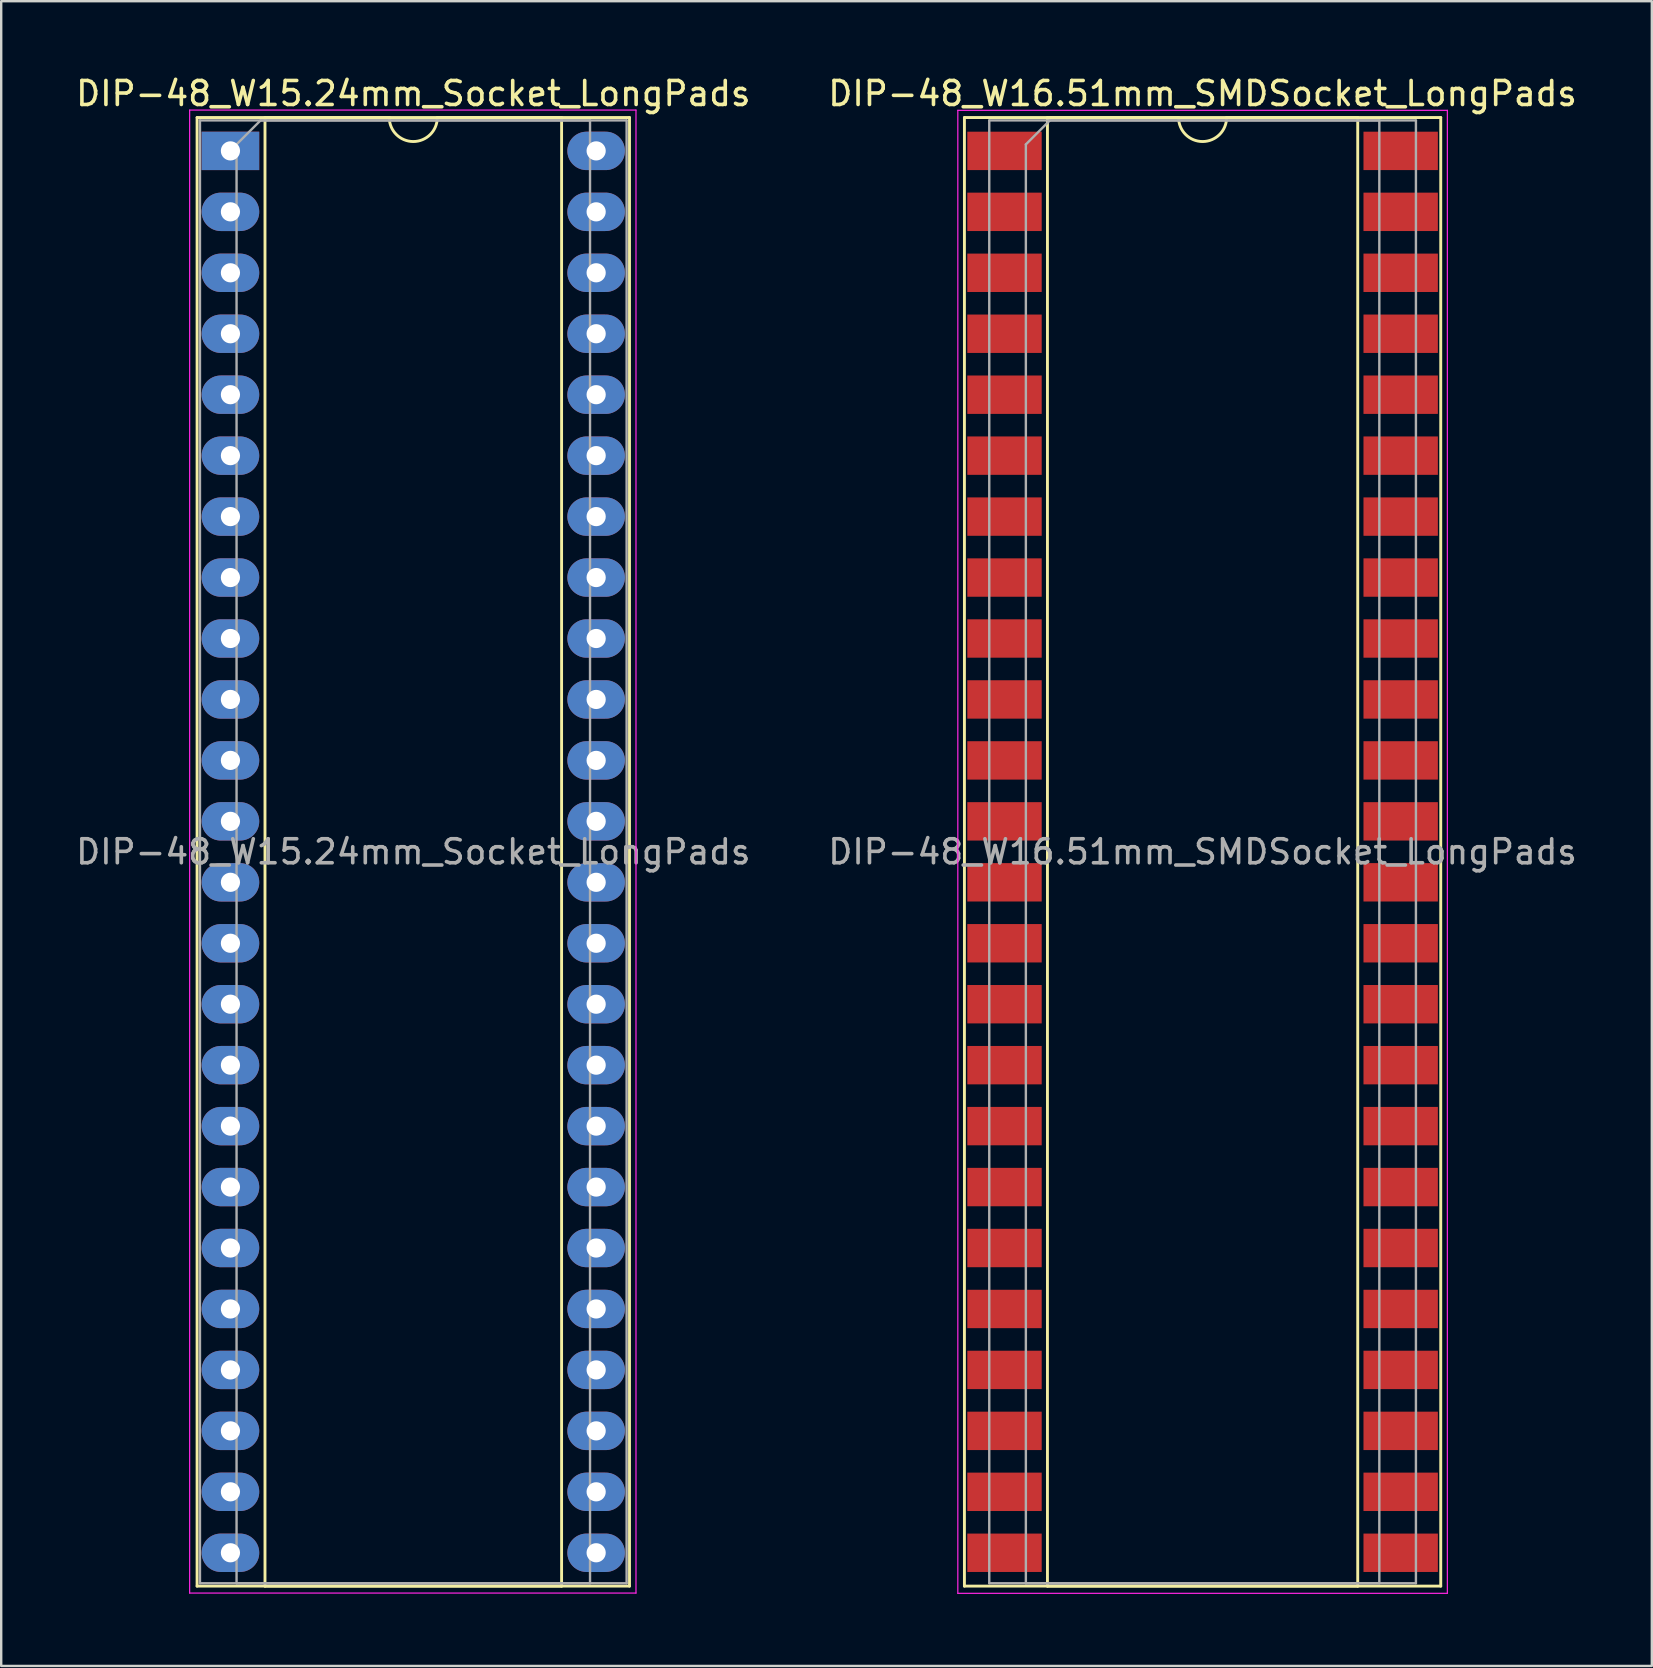
<source format=kicad_pcb>
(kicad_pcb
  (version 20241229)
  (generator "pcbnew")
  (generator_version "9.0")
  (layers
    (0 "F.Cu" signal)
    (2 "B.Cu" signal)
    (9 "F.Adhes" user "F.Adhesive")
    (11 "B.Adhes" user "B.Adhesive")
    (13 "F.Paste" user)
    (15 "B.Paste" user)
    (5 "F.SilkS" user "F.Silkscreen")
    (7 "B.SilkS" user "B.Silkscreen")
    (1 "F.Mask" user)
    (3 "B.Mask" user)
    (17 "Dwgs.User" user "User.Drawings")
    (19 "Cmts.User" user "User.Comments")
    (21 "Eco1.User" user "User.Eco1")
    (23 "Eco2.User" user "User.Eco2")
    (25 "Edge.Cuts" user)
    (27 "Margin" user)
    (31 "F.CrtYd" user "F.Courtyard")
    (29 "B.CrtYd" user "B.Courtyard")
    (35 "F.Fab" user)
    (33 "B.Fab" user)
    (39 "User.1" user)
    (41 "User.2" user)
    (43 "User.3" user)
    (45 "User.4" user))
  (footprint "DIP-48_W16.51mm_SMDSocket_LongPads"
    (layer "F.Cu")
    (at 47.065 32.448)
    (property "Reference" "DIP-48_W16.51mm_SMDSocket_LongPads" (at 0 -31.6 0) (layer "F.SilkS") (effects (font (size 1 1) (thickness 0.15))))
    (attr smd)
    (fp_line (start -9.925 -30.6) (end -9.925 30.6) (stroke (width 0.12) (type solid)) (layer "F.SilkS"))
    (fp_line (start -9.925 30.6) (end 9.925 30.6) (stroke (width 0.12) (type solid)) (layer "F.SilkS"))
    (fp_line (start -6.465 -30.6) (end -6.465 30.6) (stroke (width 0.12) (type solid)) (layer "F.SilkS"))
    (fp_line (start -6.465 30.6) (end 6.465 30.6) (stroke (width 0.12) (type solid)) (layer "F.SilkS"))
    (fp_line (start -1 -30.6) (end -6.465 -30.6) (stroke (width 0.12) (type solid)) (layer "F.SilkS"))
    (fp_line (start 6.465 -30.6) (end 1 -30.6) (stroke (width 0.12) (type solid)) (layer "F.SilkS"))
    (fp_line (start 6.465 30.6) (end 6.465 -30.6) (stroke (width 0.12) (type solid)) (layer "F.SilkS"))
    (fp_line (start 9.925 -30.6) (end -9.925 -30.6) (stroke (width 0.12) (type solid)) (layer "F.SilkS"))
    (fp_line (start 9.925 30.6) (end 9.925 -30.6) (stroke (width 0.12) (type solid)) (layer "F.SilkS"))
    (fp_arc (start 1 -30.6) (mid 0 -29.6) (end -1 -30.6) (stroke (width 0.12) (type solid)) (layer "F.SilkS"))
    (fp_line (start -10.2 -30.9) (end -10.2 30.9) (stroke (width 0.05) (type solid)) (layer "F.CrtYd"))
    (fp_line (start -10.2 30.9) (end 10.2 30.9) (stroke (width 0.05) (type solid)) (layer "F.CrtYd"))
    (fp_line (start 10.2 -30.9) (end -10.2 -30.9) (stroke (width 0.05) (type solid)) (layer "F.CrtYd"))
    (fp_line (start 10.2 30.9) (end 10.2 -30.9) (stroke (width 0.05) (type solid)) (layer "F.CrtYd"))
    (fp_line (start -8.89 -30.48) (end -8.89 30.48) (stroke (width 0.1) (type solid)) (layer "F.Fab"))
    (fp_line (start -8.89 30.48) (end 8.89 30.48) (stroke (width 0.1) (type solid)) (layer "F.Fab"))
    (fp_line (start -7.365 -29.48) (end -6.365 -30.48) (stroke (width 0.1) (type solid)) (layer "F.Fab"))
    (fp_line (start -7.365 30.48) (end -7.365 -29.48) (stroke (width 0.1) (type solid)) (layer "F.Fab"))
    (fp_line (start -6.365 -30.48) (end 7.365 -30.48) (stroke (width 0.1) (type solid)) (layer "F.Fab"))
    (fp_line (start 7.365 -30.48) (end 7.365 30.48) (stroke (width 0.1) (type solid)) (layer "F.Fab"))
    (fp_line (start 7.365 30.48) (end -7.365 30.48) (stroke (width 0.1) (type solid)) (layer "F.Fab"))
    (fp_line (start 8.89 -30.48) (end -8.89 -30.48) (stroke (width 0.1) (type solid)) (layer "F.Fab"))
    (fp_line (start 8.89 30.48) (end 8.89 -30.48) (stroke (width 0.1) (type solid)) (layer "F.Fab"))
    (fp_text user "${REFERENCE}" (at 0 0 0) (layer "F.Fab") (effects (font (size 1 1) (thickness 0.15))))
    (pad "1" smd rect (at -8.255 -29.21) (size 3.1 1.6) (layers "F.Cu" "F.Mask" "F.Paste"))
    (pad "2" smd rect (at -8.255 -26.67) (size 3.1 1.6) (layers "F.Cu" "F.Mask" "F.Paste"))
    (pad "3" smd rect (at -8.255 -24.13) (size 3.1 1.6) (layers "F.Cu" "F.Mask" "F.Paste"))
    (pad "4" smd rect (at -8.255 -21.59) (size 3.1 1.6) (layers "F.Cu" "F.Mask" "F.Paste"))
    (pad "5" smd rect (at -8.255 -19.05) (size 3.1 1.6) (layers "F.Cu" "F.Mask" "F.Paste"))
    (pad "6" smd rect (at -8.255 -16.51) (size 3.1 1.6) (layers "F.Cu" "F.Mask" "F.Paste"))
    (pad "7" smd rect (at -8.255 -13.97) (size 3.1 1.6) (layers "F.Cu" "F.Mask" "F.Paste"))
    (pad "8" smd rect (at -8.255 -11.43) (size 3.1 1.6) (layers "F.Cu" "F.Mask" "F.Paste"))
    (pad "9" smd rect (at -8.255 -8.89) (size 3.1 1.6) (layers "F.Cu" "F.Mask" "F.Paste"))
    (pad "10" smd rect (at -8.255 -6.35) (size 3.1 1.6) (layers "F.Cu" "F.Mask" "F.Paste"))
    (pad "11" smd rect (at -8.255 -3.81) (size 3.1 1.6) (layers "F.Cu" "F.Mask" "F.Paste"))
    (pad "12" smd rect (at -8.255 -1.27) (size 3.1 1.6) (layers "F.Cu" "F.Mask" "F.Paste"))
    (pad "13" smd rect (at -8.255 1.27) (size 3.1 1.6) (layers "F.Cu" "F.Mask" "F.Paste"))
    (pad "14" smd rect (at -8.255 3.81) (size 3.1 1.6) (layers "F.Cu" "F.Mask" "F.Paste"))
    (pad "15" smd rect (at -8.255 6.35) (size 3.1 1.6) (layers "F.Cu" "F.Mask" "F.Paste"))
    (pad "16" smd rect (at -8.255 8.89) (size 3.1 1.6) (layers "F.Cu" "F.Mask" "F.Paste"))
    (pad "17" smd rect (at -8.255 11.43) (size 3.1 1.6) (layers "F.Cu" "F.Mask" "F.Paste"))
    (pad "18" smd rect (at -8.255 13.97) (size 3.1 1.6) (layers "F.Cu" "F.Mask" "F.Paste"))
    (pad "19" smd rect (at -8.255 16.51) (size 3.1 1.6) (layers "F.Cu" "F.Mask" "F.Paste"))
    (pad "20" smd rect (at -8.255 19.05) (size 3.1 1.6) (layers "F.Cu" "F.Mask" "F.Paste"))
    (pad "21" smd rect (at -8.255 21.59) (size 3.1 1.6) (layers "F.Cu" "F.Mask" "F.Paste"))
    (pad "22" smd rect (at -8.255 24.13) (size 3.1 1.6) (layers "F.Cu" "F.Mask" "F.Paste"))
    (pad "23" smd rect (at -8.255 26.67) (size 3.1 1.6) (layers "F.Cu" "F.Mask" "F.Paste"))
    (pad "24" smd rect (at -8.255 29.21) (size 3.1 1.6) (layers "F.Cu" "F.Mask" "F.Paste"))
    (pad "25" smd rect (at 8.255 29.21) (size 3.1 1.6) (layers "F.Cu" "F.Mask" "F.Paste"))
    (pad "26" smd rect (at 8.255 26.67) (size 3.1 1.6) (layers "F.Cu" "F.Mask" "F.Paste"))
    (pad "27" smd rect (at 8.255 24.13) (size 3.1 1.6) (layers "F.Cu" "F.Mask" "F.Paste"))
    (pad "28" smd rect (at 8.255 21.59) (size 3.1 1.6) (layers "F.Cu" "F.Mask" "F.Paste"))
    (pad "29" smd rect (at 8.255 19.05) (size 3.1 1.6) (layers "F.Cu" "F.Mask" "F.Paste"))
    (pad "30" smd rect (at 8.255 16.51) (size 3.1 1.6) (layers "F.Cu" "F.Mask" "F.Paste"))
    (pad "31" smd rect (at 8.255 13.97) (size 3.1 1.6) (layers "F.Cu" "F.Mask" "F.Paste"))
    (pad "32" smd rect (at 8.255 11.43) (size 3.1 1.6) (layers "F.Cu" "F.Mask" "F.Paste"))
    (pad "33" smd rect (at 8.255 8.89) (size 3.1 1.6) (layers "F.Cu" "F.Mask" "F.Paste"))
    (pad "34" smd rect (at 8.255 6.35) (size 3.1 1.6) (layers "F.Cu" "F.Mask" "F.Paste"))
    (pad "35" smd rect (at 8.255 3.81) (size 3.1 1.6) (layers "F.Cu" "F.Mask" "F.Paste"))
    (pad "36" smd rect (at 8.255 1.27) (size 3.1 1.6) (layers "F.Cu" "F.Mask" "F.Paste"))
    (pad "37" smd rect (at 8.255 -1.27) (size 3.1 1.6) (layers "F.Cu" "F.Mask" "F.Paste"))
    (pad "38" smd rect (at 8.255 -3.81) (size 3.1 1.6) (layers "F.Cu" "F.Mask" "F.Paste"))
    (pad "39" smd rect (at 8.255 -6.35) (size 3.1 1.6) (layers "F.Cu" "F.Mask" "F.Paste"))
    (pad "40" smd rect (at 8.255 -8.89) (size 3.1 1.6) (layers "F.Cu" "F.Mask" "F.Paste"))
    (pad "41" smd rect (at 8.255 -11.43) (size 3.1 1.6) (layers "F.Cu" "F.Mask" "F.Paste"))
    (pad "42" smd rect (at 8.255 -13.97) (size 3.1 1.6) (layers "F.Cu" "F.Mask" "F.Paste"))
    (pad "43" smd rect (at 8.255 -16.51) (size 3.1 1.6) (layers "F.Cu" "F.Mask" "F.Paste"))
    (pad "44" smd rect (at 8.255 -19.05) (size 3.1 1.6) (layers "F.Cu" "F.Mask" "F.Paste"))
    (pad "45" smd rect (at 8.255 -21.59) (size 3.1 1.6) (layers "F.Cu" "F.Mask" "F.Paste"))
    (pad "46" smd rect (at 8.255 -24.13) (size 3.1 1.6) (layers "F.Cu" "F.Mask" "F.Paste"))
    (pad "47" smd rect (at 8.255 -26.67) (size 3.1 1.6) (layers "F.Cu" "F.Mask" "F.Paste"))
    (pad "48" smd rect (at 8.255 -29.21) (size 3.1 1.6) (layers "F.Cu" "F.Mask" "F.Paste")))
  (footprint "DIP-48_W15.24mm_Socket_LongPads"
    (layer "F.Cu")
    (at 6.553 3.238)
    (property "Reference" "DIP-48_W15.24mm_Socket_LongPads" (at 7.62 -2.39 0) (layer "F.SilkS") (effects (font (size 1 1) (thickness 0.15))))
    (attr through_hole)
    (fp_line (start -1.39 -1.39) (end -1.39 59.81) (stroke (width 0.12) (type solid)) (layer "F.SilkS"))
    (fp_line (start -1.39 59.81) (end 16.63 59.81) (stroke (width 0.12) (type solid)) (layer "F.SilkS"))
    (fp_line (start 1.44 -1.39) (end 1.44 59.81) (stroke (width 0.12) (type solid)) (layer "F.SilkS"))
    (fp_line (start 1.44 59.81) (end 13.8 59.81) (stroke (width 0.12) (type solid)) (layer "F.SilkS"))
    (fp_line (start 6.62 -1.39) (end 1.44 -1.39) (stroke (width 0.12) (type solid)) (layer "F.SilkS"))
    (fp_line (start 13.8 -1.39) (end 8.62 -1.39) (stroke (width 0.12) (type solid)) (layer "F.SilkS"))
    (fp_line (start 13.8 59.81) (end 13.8 -1.39) (stroke (width 0.12) (type solid)) (layer "F.SilkS"))
    (fp_line (start 16.63 -1.39) (end -1.39 -1.39) (stroke (width 0.12) (type solid)) (layer "F.SilkS"))
    (fp_line (start 16.63 59.81) (end 16.63 -1.39) (stroke (width 0.12) (type solid)) (layer "F.SilkS"))
    (fp_arc (start 8.62 -1.39) (mid 7.62 -0.39) (end 6.62 -1.39) (stroke (width 0.12) (type solid)) (layer "F.SilkS"))
    (fp_line (start -1.7 -1.7) (end -1.7 60.1) (stroke (width 0.05) (type solid)) (layer "F.CrtYd"))
    (fp_line (start -1.7 60.1) (end 16.9 60.1) (stroke (width 0.05) (type solid)) (layer "F.CrtYd"))
    (fp_line (start 16.9 -1.7) (end -1.7 -1.7) (stroke (width 0.05) (type solid)) (layer "F.CrtYd"))
    (fp_line (start 16.9 60.1) (end 16.9 -1.7) (stroke (width 0.05) (type solid)) (layer "F.CrtYd"))
    (fp_line (start -1.27 -1.27) (end -1.27 59.69) (stroke (width 0.1) (type solid)) (layer "F.Fab"))
    (fp_line (start -1.27 59.69) (end 16.51 59.69) (stroke (width 0.1) (type solid)) (layer "F.Fab"))
    (fp_line (start 0.255 -0.27) (end 1.255 -1.27) (stroke (width 0.1) (type solid)) (layer "F.Fab"))
    (fp_line (start 0.255 59.69) (end 0.255 -0.27) (stroke (width 0.1) (type solid)) (layer "F.Fab"))
    (fp_line (start 1.255 -1.27) (end 14.985 -1.27) (stroke (width 0.1) (type solid)) (layer "F.Fab"))
    (fp_line (start 14.985 -1.27) (end 14.985 59.69) (stroke (width 0.1) (type solid)) (layer "F.Fab"))
    (fp_line (start 14.985 59.69) (end 0.255 59.69) (stroke (width 0.1) (type solid)) (layer "F.Fab"))
    (fp_line (start 16.51 -1.27) (end -1.27 -1.27) (stroke (width 0.1) (type solid)) (layer "F.Fab"))
    (fp_line (start 16.51 59.69) (end 16.51 -1.27) (stroke (width 0.1) (type solid)) (layer "F.Fab"))
    (fp_text user "${REFERENCE}" (at 7.62 29.21 0) (layer "F.Fab") (effects (font (size 1 1) (thickness 0.15))))
    (pad "1" thru_hole rect (at 0 0) (size 2.4 1.6) (drill 0.8) (layers "*.Cu" "*.Mask"))
    (pad "2" thru_hole oval (at 0 2.54) (size 2.4 1.6) (drill 0.8) (layers "*.Cu" "*.Mask"))
    (pad "3" thru_hole oval (at 0 5.08) (size 2.4 1.6) (drill 0.8) (layers "*.Cu" "*.Mask"))
    (pad "4" thru_hole oval (at 0 7.62) (size 2.4 1.6) (drill 0.8) (layers "*.Cu" "*.Mask"))
    (pad "5" thru_hole oval (at 0 10.16) (size 2.4 1.6) (drill 0.8) (layers "*.Cu" "*.Mask"))
    (pad "6" thru_hole oval (at 0 12.7) (size 2.4 1.6) (drill 0.8) (layers "*.Cu" "*.Mask"))
    (pad "7" thru_hole oval (at 0 15.24) (size 2.4 1.6) (drill 0.8) (layers "*.Cu" "*.Mask"))
    (pad "8" thru_hole oval (at 0 17.78) (size 2.4 1.6) (drill 0.8) (layers "*.Cu" "*.Mask"))
    (pad "9" thru_hole oval (at 0 20.32) (size 2.4 1.6) (drill 0.8) (layers "*.Cu" "*.Mask"))
    (pad "10" thru_hole oval (at 0 22.86) (size 2.4 1.6) (drill 0.8) (layers "*.Cu" "*.Mask"))
    (pad "11" thru_hole oval (at 0 25.4) (size 2.4 1.6) (drill 0.8) (layers "*.Cu" "*.Mask"))
    (pad "12" thru_hole oval (at 0 27.94) (size 2.4 1.6) (drill 0.8) (layers "*.Cu" "*.Mask"))
    (pad "13" thru_hole oval (at 0 30.48) (size 2.4 1.6) (drill 0.8) (layers "*.Cu" "*.Mask"))
    (pad "14" thru_hole oval (at 0 33.02) (size 2.4 1.6) (drill 0.8) (layers "*.Cu" "*.Mask"))
    (pad "15" thru_hole oval (at 0 35.56) (size 2.4 1.6) (drill 0.8) (layers "*.Cu" "*.Mask"))
    (pad "16" thru_hole oval (at 0 38.1) (size 2.4 1.6) (drill 0.8) (layers "*.Cu" "*.Mask"))
    (pad "17" thru_hole oval (at 0 40.64) (size 2.4 1.6) (drill 0.8) (layers "*.Cu" "*.Mask"))
    (pad "18" thru_hole oval (at 0 43.18) (size 2.4 1.6) (drill 0.8) (layers "*.Cu" "*.Mask"))
    (pad "19" thru_hole oval (at 0 45.72) (size 2.4 1.6) (drill 0.8) (layers "*.Cu" "*.Mask"))
    (pad "20" thru_hole oval (at 0 48.26) (size 2.4 1.6) (drill 0.8) (layers "*.Cu" "*.Mask"))
    (pad "21" thru_hole oval (at 0 50.8) (size 2.4 1.6) (drill 0.8) (layers "*.Cu" "*.Mask"))
    (pad "22" thru_hole oval (at 0 53.34) (size 2.4 1.6) (drill 0.8) (layers "*.Cu" "*.Mask"))
    (pad "23" thru_hole oval (at 0 55.88) (size 2.4 1.6) (drill 0.8) (layers "*.Cu" "*.Mask"))
    (pad "24" thru_hole oval (at 0 58.42) (size 2.4 1.6) (drill 0.8) (layers "*.Cu" "*.Mask"))
    (pad "25" thru_hole oval (at 15.24 58.42) (size 2.4 1.6) (drill 0.8) (layers "*.Cu" "*.Mask"))
    (pad "26" thru_hole oval (at 15.24 55.88) (size 2.4 1.6) (drill 0.8) (layers "*.Cu" "*.Mask"))
    (pad "27" thru_hole oval (at 15.24 53.34) (size 2.4 1.6) (drill 0.8) (layers "*.Cu" "*.Mask"))
    (pad "28" thru_hole oval (at 15.24 50.8) (size 2.4 1.6) (drill 0.8) (layers "*.Cu" "*.Mask"))
    (pad "29" thru_hole oval (at 15.24 48.26) (size 2.4 1.6) (drill 0.8) (layers "*.Cu" "*.Mask"))
    (pad "30" thru_hole oval (at 15.24 45.72) (size 2.4 1.6) (drill 0.8) (layers "*.Cu" "*.Mask"))
    (pad "31" thru_hole oval (at 15.24 43.18) (size 2.4 1.6) (drill 0.8) (layers "*.Cu" "*.Mask"))
    (pad "32" thru_hole oval (at 15.24 40.64) (size 2.4 1.6) (drill 0.8) (layers "*.Cu" "*.Mask"))
    (pad "33" thru_hole oval (at 15.24 38.1) (size 2.4 1.6) (drill 0.8) (layers "*.Cu" "*.Mask"))
    (pad "34" thru_hole oval (at 15.24 35.56) (size 2.4 1.6) (drill 0.8) (layers "*.Cu" "*.Mask"))
    (pad "35" thru_hole oval (at 15.24 33.02) (size 2.4 1.6) (drill 0.8) (layers "*.Cu" "*.Mask"))
    (pad "36" thru_hole oval (at 15.24 30.48) (size 2.4 1.6) (drill 0.8) (layers "*.Cu" "*.Mask"))
    (pad "37" thru_hole oval (at 15.24 27.94) (size 2.4 1.6) (drill 0.8) (layers "*.Cu" "*.Mask"))
    (pad "38" thru_hole oval (at 15.24 25.4) (size 2.4 1.6) (drill 0.8) (layers "*.Cu" "*.Mask"))
    (pad "39" thru_hole oval (at 15.24 22.86) (size 2.4 1.6) (drill 0.8) (layers "*.Cu" "*.Mask"))
    (pad "40" thru_hole oval (at 15.24 20.32) (size 2.4 1.6) (drill 0.8) (layers "*.Cu" "*.Mask"))
    (pad "41" thru_hole oval (at 15.24 17.78) (size 2.4 1.6) (drill 0.8) (layers "*.Cu" "*.Mask"))
    (pad "42" thru_hole oval (at 15.24 15.24) (size 2.4 1.6) (drill 0.8) (layers "*.Cu" "*.Mask"))
    (pad "43" thru_hole oval (at 15.24 12.7) (size 2.4 1.6) (drill 0.8) (layers "*.Cu" "*.Mask"))
    (pad "44" thru_hole oval (at 15.24 10.16) (size 2.4 1.6) (drill 0.8) (layers "*.Cu" "*.Mask"))
    (pad "45" thru_hole oval (at 15.24 7.62) (size 2.4 1.6) (drill 0.8) (layers "*.Cu" "*.Mask"))
    (pad "46" thru_hole oval (at 15.24 5.08) (size 2.4 1.6) (drill 0.8) (layers "*.Cu" "*.Mask"))
    (pad "47" thru_hole oval (at 15.24 2.54) (size 2.4 1.6) (drill 0.8) (layers "*.Cu" "*.Mask"))
    (pad "48" thru_hole oval (at 15.24 0) (size 2.4 1.6) (drill 0.8) (layers "*.Cu" "*.Mask")))
  (gr_rect
    (start -3 -3)
    (end 65.786 66.373)
    (stroke (width 0.1) (type default))
    (fill no)
    (layer "Edge.Cuts")))
</source>
